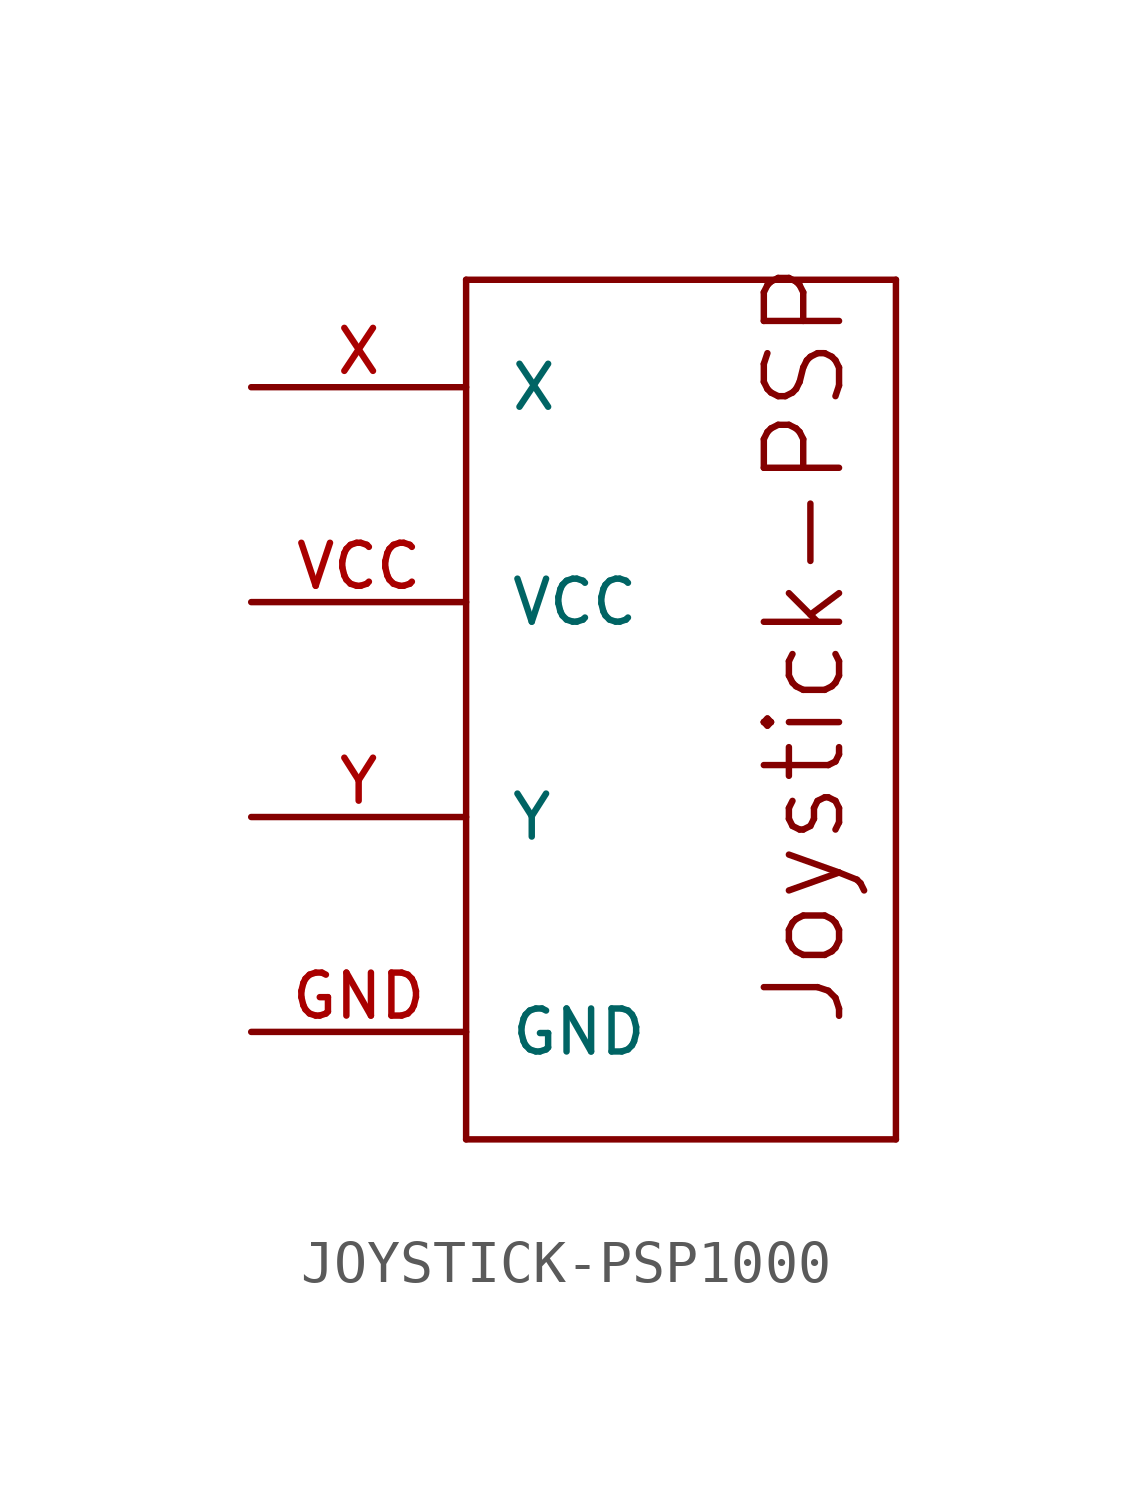
<source format=kicad_sym>
(kicad_symbol_lib
  (version 20211014)
  (generator kicad_symbol_editor)
  (symbol "JOYSTICK-PSP1000"
    (pin_names
      (offset 1.016))
    (property "Reference" "M"
      (at 0 0 0)
      (effects (font (size 1.27 1.27)) hide))
    (property "ki_locked" ""
      (at 0 0 0)
      (effects (font (size 1.27 1.27))))
    (symbol "JOYSTICK-PSP1000_1_0"
      (polyline (pts (xy -5.08 -7.62) (xy 5.08 -7.62)) (stroke (width 0) (type default) (color 0 0 0 0)) (fill (type none)))
      (polyline (pts (xy -5.08 12.7) (xy -5.08 -7.62)) (stroke (width 0) (type default) (color 0 0 0 0)) (fill (type none)))
      (polyline (pts (xy 5.08 12.7) (xy -5.08 12.7)) (stroke (width 0) (type default) (color 0 0 0 0)) (fill (type none)))
      (polyline (pts (xy 5.08 12.7) (xy 5.08 -7.62)) (stroke (width 0) (type default) (color 0 0 0 0)) (fill (type none)))
      (text "Joystick-PSP" (at 2.921 4.064 900) (effects (font (size 1.778 1.778)))))
    (symbol "JOYSTICK-PSP1000_1_1"
      (pin bidirectional line (at -10.16 -5.08 0) (length 5.08) (name "GND" (effects (font (size 1.016 1.016)))) (number "GND" (effects (font (size 1.016 1.016)))))
      (pin bidirectional line (at -10.16 5.08 0) (length 5.08) (name "VCC" (effects (font (size 1.016 1.016)))) (number "VCC" (effects (font (size 1.016 1.016)))))
      (pin bidirectional line (at -10.16 10.16 0) (length 5.08) (name "X" (effects (font (size 1.016 1.016)))) (number "X" (effects (font (size 1.016 1.016)))))
      (pin bidirectional line (at -10.16 0 0) (length 5.08) (name "Y" (effects (font (size 1.016 1.016)))) (number "Y" (effects (font (size 1.016 1.016))))))))
</source>
